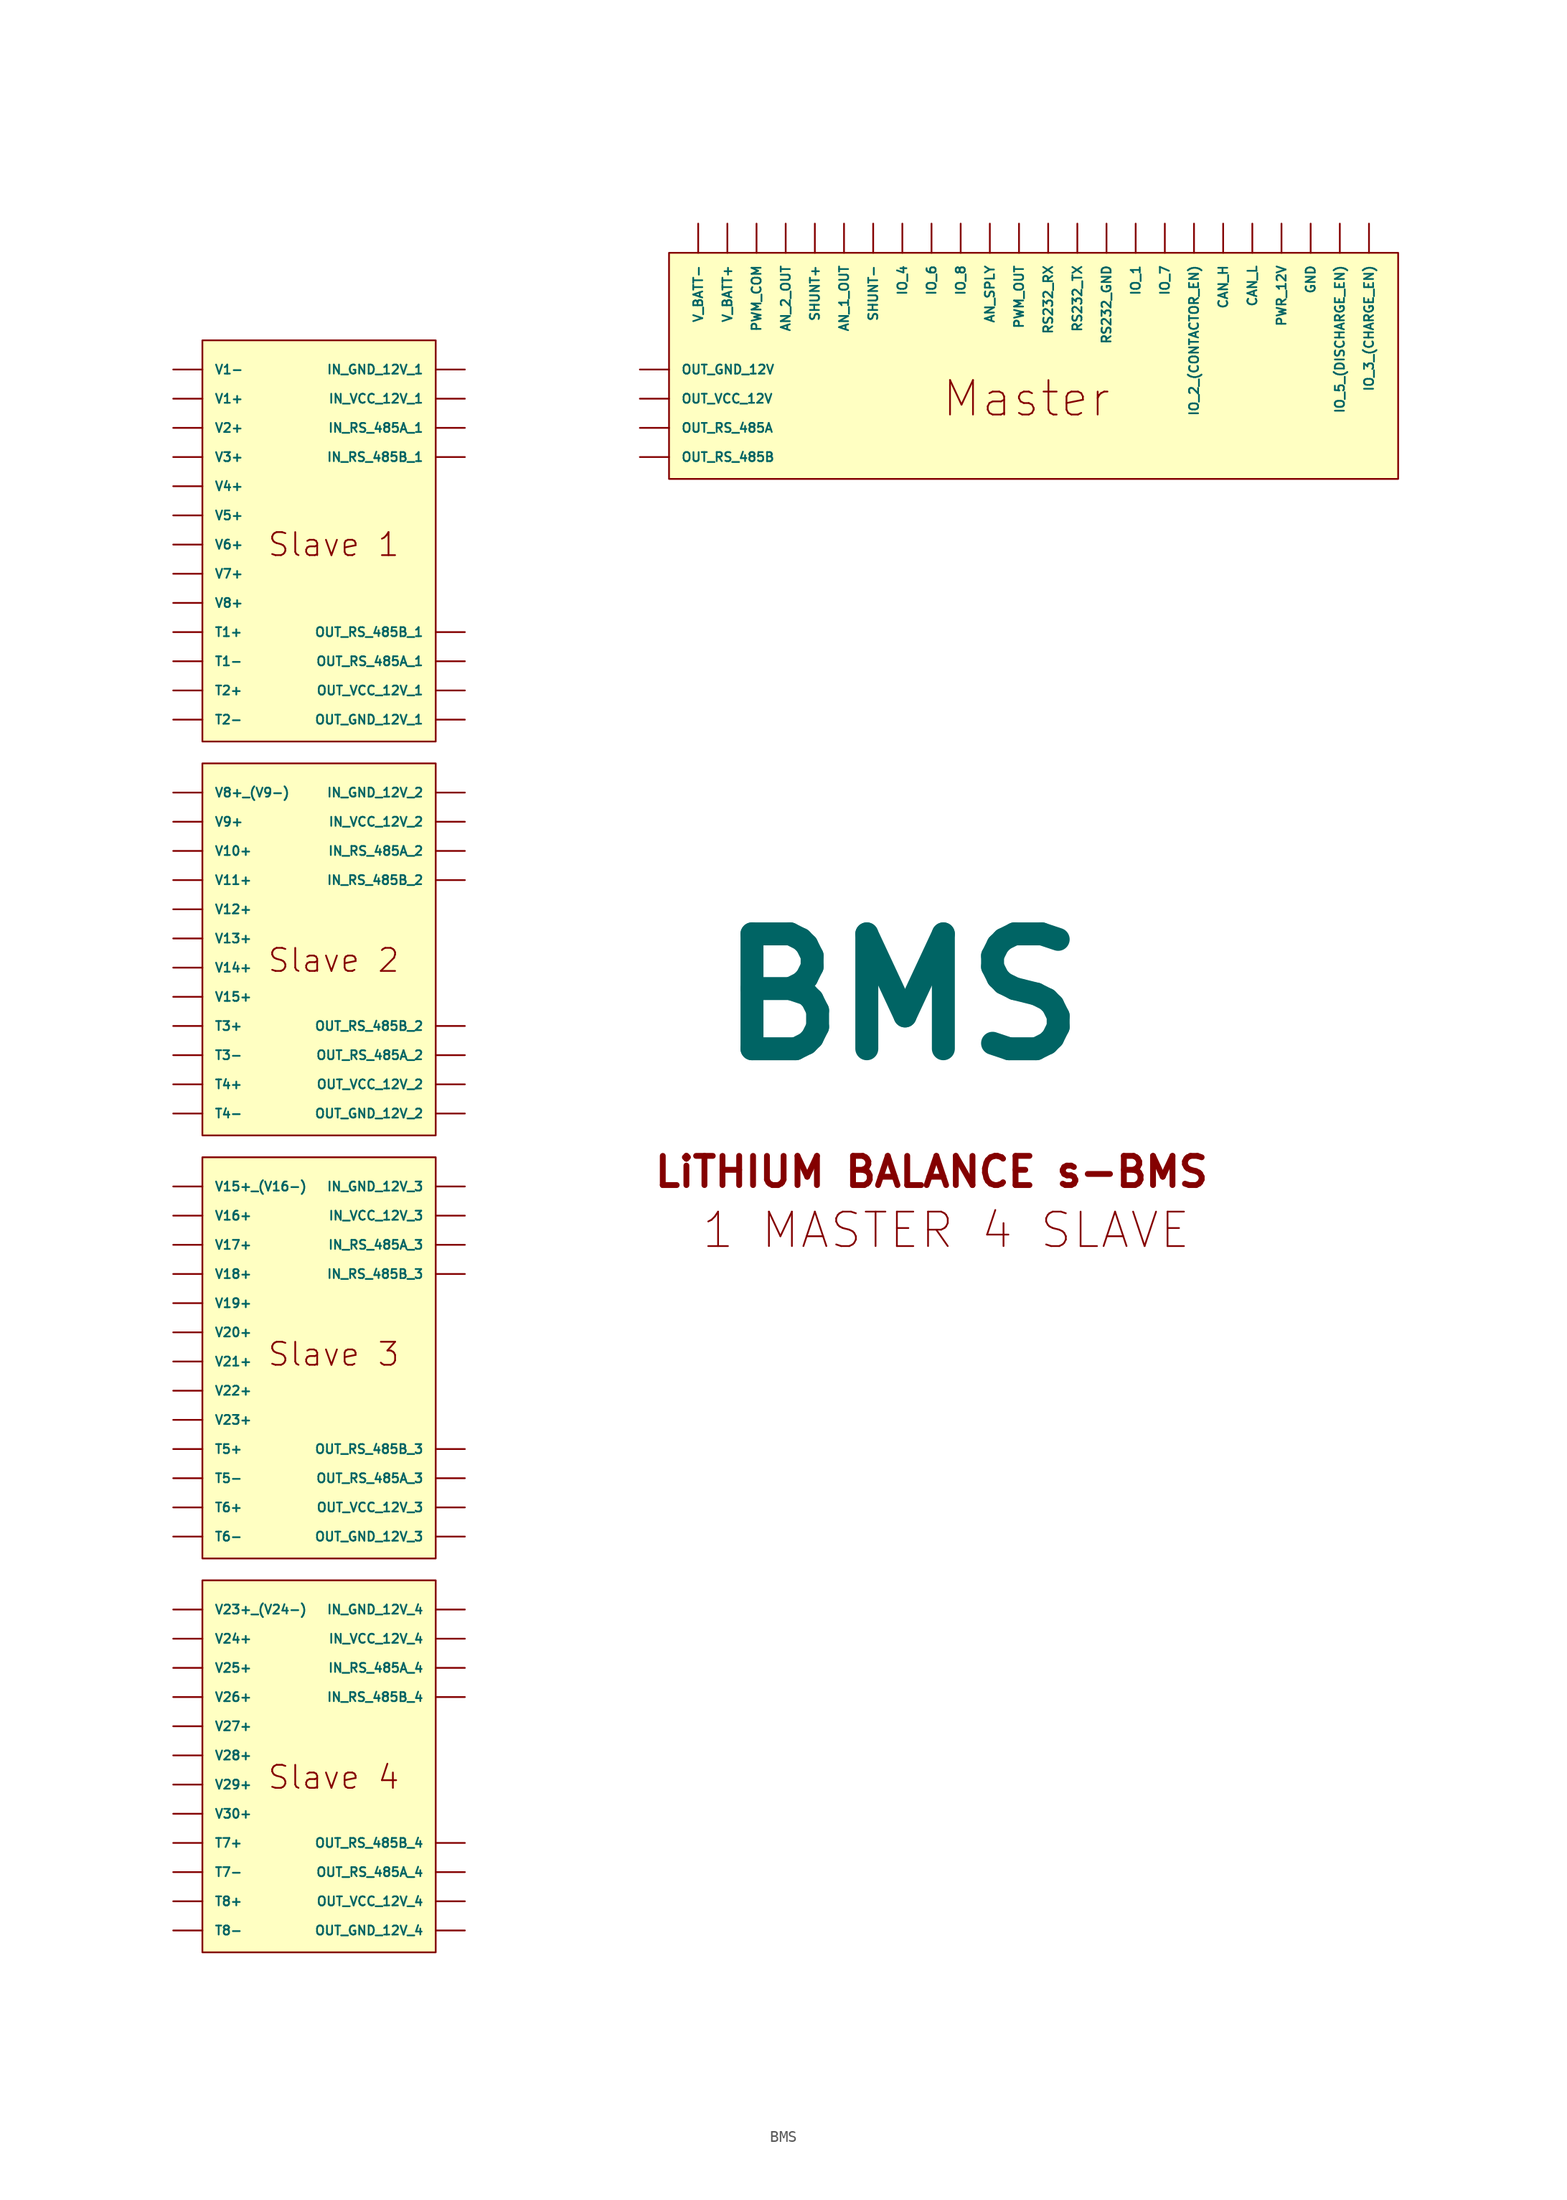
<source format=kicad_sym>
(kicad_symbol_lib
  (version 20231120)
  (generator "kicad_symbol_editor")
  (generator_version "8.0")
  (symbol "BMS"
    (pin_names
      (offset 1.016))
    (property "Reference" "B"
      (at 0 -1.27 0)
      (effects (font (size 1.27 1.27)) (hide yes)))
    (property "Value" "BMS"
      (at 8.89 41.91 0)
      (effects (font (size 10 10) (bold yes))))
    (symbol "BMS_0_0"
      (text "1 MASTER 4 SLAVE" (at 12.7 21.59 0) (effects (font (size 3 3))))
      (text "LiTHIUM BALANCE s-BMS" (at 11.43 26.67 0) (effects (font (size 2.54 2.54) (bold yes))))
      (text "Master" (at 19.685 93.98 0) (effects (font (size 3 3))))
      (text "Slave 1" (at -40.64 81.28 0) (effects (font (size 2.007 2.007)))))
    (symbol "BMS_0_1"
      (rectangle (start -52.07 -8.89) (end -31.75 -41.275) (stroke (width 0) (type default)) (fill (type background)))
      (rectangle (start -52.07 27.94) (end -31.75 -6.985) (stroke (width 0) (type default)) (fill (type background)))
      (rectangle (start -52.07 62.23) (end -31.75 29.845) (stroke (width 0) (type default)) (fill (type background)))
      (rectangle (start -52.07 99.06) (end -31.75 64.135) (stroke (width 0) (type default)) (fill (type background)))
      (rectangle (start -11.43 106.68) (end 52.07 86.995) (stroke (width 0) (type default)) (fill (type background))))
    (symbol "BMS_1_1"
      (text "Slave 2" (at -40.64 45.085 0) (effects (font (size 2.007 2.007))))
      (text "Slave 3" (at -40.64 10.795 0) (effects (font (size 2.007 2.007))))
      (text "Slave 4" (at -40.64 -26.035 0) (effects (font (size 2.007 2.007))))
      (pin input line (at 3.81 109.22 270) (length 2.54) (name "AN_1_OUT" (effects (font (size 0.787 0.787)))) (number "" (effects (font (size 0.787 0.787)))))
      (pin input line (at -1.27 109.22 270) (length 2.54) (name "AN_2_OUT" (effects (font (size 0.787 0.787)))) (number "" (effects (font (size 0.787 0.787)))))
      (pin input line (at 16.51 109.22 270) (length 2.54) (name "AN_SPLY" (effects (font (size 0.787 0.787)))) (number "" (effects (font (size 0.787 0.787)))))
      (pin input line (at 36.83 109.22 270) (length 2.54) (name "CAN_H" (effects (font (size 0.787 0.787)))) (number "" (effects (font (size 0.787 0.787)))))
      (pin input line (at 39.37 109.22 270) (length 2.54) (name "CAN_L" (effects (font (size 0.787 0.787)))) (number "" (effects (font (size 0.787 0.787)))))
      (pin input line (at 44.45 109.22 270) (length 2.54) (name "GND" (effects (font (size 0.787 0.787)))) (number "" (effects (font (size 0.787 0.787)))))
      (pin input line (at -29.21 96.52 180) (length 2.54) (name "IN_GND_12V_1" (effects (font (size 0.787 0.787)))) (number "" (effects (font (size 0.787 0.787)))))
      (pin input line (at -29.21 59.69 180) (length 2.54) (name "IN_GND_12V_2" (effects (font (size 0.787 0.787)))) (number "" (effects (font (size 0.787 0.787)))))
      (pin input line (at -29.21 25.4 180) (length 2.54) (name "IN_GND_12V_3" (effects (font (size 0.787 0.787)))) (number "" (effects (font (size 0.787 0.787)))))
      (pin input line (at -29.21 -11.43 180) (length 2.54) (name "IN_GND_12V_4" (effects (font (size 0.787 0.787)))) (number "" (effects (font (size 0.787 0.787)))))
      (pin input line (at -29.21 91.44 180) (length 2.54) (name "IN_RS_485A_1" (effects (font (size 0.787 0.787)))) (number "" (effects (font (size 0.787 0.787)))))
      (pin input line (at -29.21 54.61 180) (length 2.54) (name "IN_RS_485A_2" (effects (font (size 0.787 0.787)))) (number "" (effects (font (size 0.787 0.787)))))
      (pin input line (at -29.21 20.32 180) (length 2.54) (name "IN_RS_485A_3" (effects (font (size 0.787 0.787)))) (number "" (effects (font (size 0.787 0.787)))))
      (pin input line (at -29.21 -16.51 180) (length 2.54) (name "IN_RS_485A_4" (effects (font (size 0.787 0.787)))) (number "" (effects (font (size 0.787 0.787)))))
      (pin input line (at -29.21 88.9 180) (length 2.54) (name "IN_RS_485B_1" (effects (font (size 0.787 0.787)))) (number "" (effects (font (size 0.787 0.787)))))
      (pin input line (at -29.21 52.07 180) (length 2.54) (name "IN_RS_485B_2" (effects (font (size 0.787 0.787)))) (number "" (effects (font (size 0.787 0.787)))))
      (pin input line (at -29.21 17.78 180) (length 2.54) (name "IN_RS_485B_3" (effects (font (size 0.787 0.787)))) (number "" (effects (font (size 0.787 0.787)))))
      (pin input line (at -29.21 -19.05 180) (length 2.54) (name "IN_RS_485B_4" (effects (font (size 0.787 0.787)))) (number "" (effects (font (size 0.787 0.787)))))
      (pin input line (at -29.21 93.98 180) (length 2.54) (name "IN_VCC_12V_1" (effects (font (size 0.787 0.787)))) (number "" (effects (font (size 0.787 0.787)))))
      (pin input line (at -29.21 57.15 180) (length 2.54) (name "IN_VCC_12V_2" (effects (font (size 0.787 0.787)))) (number "" (effects (font (size 0.787 0.787)))))
      (pin input line (at -29.21 22.86 180) (length 2.54) (name "IN_VCC_12V_3" (effects (font (size 0.787 0.787)))) (number "" (effects (font (size 0.787 0.787)))))
      (pin input line (at -29.21 -13.97 180) (length 2.54) (name "IN_VCC_12V_4" (effects (font (size 0.787 0.787)))) (number "" (effects (font (size 0.787 0.787)))))
      (pin input line (at 29.21 109.22 270) (length 2.54) (name "IO_1" (effects (font (size 0.787 0.787)))) (number "" (effects (font (size 0.787 0.787)))))
      (pin input line (at 34.29 109.22 270) (length 2.54) (name "IO_2_(CONTACTOR_EN)" (effects (font (size 0.787 0.787)))) (number "" (effects (font (size 0.787 0.787)))))
      (pin input line (at 49.53 109.22 270) (length 2.54) (name "IO_3_(CHARGE_EN)" (effects (font (size 0.787 0.787)))) (number "" (effects (font (size 0.787 0.787)))))
      (pin input line (at 8.89 109.22 270) (length 2.54) (name "IO_4" (effects (font (size 0.787 0.787)))) (number "" (effects (font (size 0.787 0.787)))))
      (pin input line (at 46.99 109.22 270) (length 2.54) (name "IO_5_(DISCHARGE_EN)" (effects (font (size 0.787 0.787)))) (number "" (effects (font (size 0.787 0.787)))))
      (pin input line (at 11.43 109.22 270) (length 2.54) (name "IO_6" (effects (font (size 0.787 0.787)))) (number "" (effects (font (size 0.787 0.787)))))
      (pin input line (at 31.75 109.22 270) (length 2.54) (name "IO_7" (effects (font (size 0.787 0.787)))) (number "" (effects (font (size 0.787 0.787)))))
      (pin input line (at 13.97 109.22 270) (length 2.54) (name "IO_8" (effects (font (size 0.787 0.787)))) (number "" (effects (font (size 0.787 0.787)))))
      (pin input line (at -13.97 96.52 0) (length 2.54) (name "OUT_GND_12V" (effects (font (size 0.787 0.787)))) (number "" (effects (font (size 0.787 0.787)))))
      (pin input line (at -29.21 66.04 180) (length 2.54) (name "OUT_GND_12V_1" (effects (font (size 0.787 0.787)))) (number "" (effects (font (size 0.787 0.787)))))
      (pin input line (at -29.21 31.75 180) (length 2.54) (name "OUT_GND_12V_2" (effects (font (size 0.787 0.787)))) (number "" (effects (font (size 0.787 0.787)))))
      (pin input line (at -29.21 -5.08 180) (length 2.54) (name "OUT_GND_12V_3" (effects (font (size 0.787 0.787)))) (number "" (effects (font (size 0.787 0.787)))))
      (pin input line (at -29.21 -39.37 180) (length 2.54) (name "OUT_GND_12V_4" (effects (font (size 0.787 0.787)))) (number "" (effects (font (size 0.787 0.787)))))
      (pin input line (at -13.97 91.44 0) (length 2.54) (name "OUT_RS_485A" (effects (font (size 0.787 0.787)))) (number "" (effects (font (size 0.787 0.787)))))
      (pin input line (at -29.21 71.12 180) (length 2.54) (name "OUT_RS_485A_1" (effects (font (size 0.787 0.787)))) (number "" (effects (font (size 0.787 0.787)))))
      (pin input line (at -29.21 36.83 180) (length 2.54) (name "OUT_RS_485A_2" (effects (font (size 0.787 0.787)))) (number "" (effects (font (size 0.787 0.787)))))
      (pin input line (at -29.21 0 180) (length 2.54) (name "OUT_RS_485A_3" (effects (font (size 0.787 0.787)))) (number "" (effects (font (size 0.787 0.787)))))
      (pin input line (at -29.21 -34.29 180) (length 2.54) (name "OUT_RS_485A_4" (effects (font (size 0.787 0.787)))) (number "" (effects (font (size 0.787 0.787)))))
      (pin input line (at -13.97 88.9 0) (length 2.54) (name "OUT_RS_485B" (effects (font (size 0.787 0.787)))) (number "" (effects (font (size 0.787 0.787)))))
      (pin input line (at -29.21 73.66 180) (length 2.54) (name "OUT_RS_485B_1" (effects (font (size 0.787 0.787)))) (number "" (effects (font (size 0.787 0.787)))))
      (pin input line (at -29.21 39.37 180) (length 2.54) (name "OUT_RS_485B_2" (effects (font (size 0.787 0.787)))) (number "" (effects (font (size 0.787 0.787)))))
      (pin input line (at -29.21 2.54 180) (length 2.54) (name "OUT_RS_485B_3" (effects (font (size 0.787 0.787)))) (number "" (effects (font (size 0.787 0.787)))))
      (pin input line (at -29.21 -31.75 180) (length 2.54) (name "OUT_RS_485B_4" (effects (font (size 0.787 0.787)))) (number "" (effects (font (size 0.787 0.787)))))
      (pin input line (at -13.97 93.98 0) (length 2.54) (name "OUT_VCC_12V" (effects (font (size 0.787 0.787)))) (number "" (effects (font (size 0.787 0.787)))))
      (pin input line (at -29.21 68.58 180) (length 2.54) (name "OUT_VCC_12V_1" (effects (font (size 0.787 0.787)))) (number "" (effects (font (size 0.787 0.787)))))
      (pin input line (at -29.21 34.29 180) (length 2.54) (name "OUT_VCC_12V_2" (effects (font (size 0.787 0.787)))) (number "" (effects (font (size 0.787 0.787)))))
      (pin input line (at -29.21 -2.54 180) (length 2.54) (name "OUT_VCC_12V_3" (effects (font (size 0.787 0.787)))) (number "" (effects (font (size 0.787 0.787)))))
      (pin input line (at -29.21 -36.83 180) (length 2.54) (name "OUT_VCC_12V_4" (effects (font (size 0.787 0.787)))) (number "" (effects (font (size 0.787 0.787)))))
      (pin input line (at -3.81 109.22 270) (length 2.54) (name "PWM_COM" (effects (font (size 0.787 0.787)))) (number "" (effects (font (size 0.787 0.787)))))
      (pin input line (at 19.05 109.22 270) (length 2.54) (name "PWM_OUT" (effects (font (size 0.787 0.787)))) (number "" (effects (font (size 0.787 0.787)))))
      (pin input line (at 41.91 109.22 270) (length 2.54) (name "PWR_12V" (effects (font (size 0.787 0.787)))) (number "" (effects (font (size 0.787 0.787)))))
      (pin input line (at 26.67 109.22 270) (length 2.54) (name "RS232_GND" (effects (font (size 0.787 0.787)))) (number "" (effects (font (size 0.787 0.787)))))
      (pin input line (at 21.59 109.22 270) (length 2.54) (name "RS232_RX" (effects (font (size 0.787 0.787)))) (number "" (effects (font (size 0.787 0.787)))))
      (pin input line (at 24.13 109.22 270) (length 2.54) (name "RS232_TX" (effects (font (size 0.787 0.787)))) (number "" (effects (font (size 0.787 0.787)))))
      (pin input line (at 1.27 109.22 270) (length 2.54) (name "SHUNT+" (effects (font (size 0.787 0.787)))) (number "" (effects (font (size 0.787 0.787)))))
      (pin input line (at 6.35 109.22 270) (length 2.54) (name "SHUNT-" (effects (font (size 0.787 0.787)))) (number "" (effects (font (size 0.787 0.787)))))
      (pin input line (at -54.61 73.66 0) (length 2.54) (name "T1+" (effects (font (size 0.787 0.787)))) (number "" (effects (font (size 0.787 0.787)))))
      (pin input line (at -54.61 71.12 0) (length 2.54) (name "T1-" (effects (font (size 0.787 0.787)))) (number "" (effects (font (size 0.787 0.787)))))
      (pin input line (at -54.61 68.58 0) (length 2.54) (name "T2+" (effects (font (size 0.787 0.787)))) (number "" (effects (font (size 0.787 0.787)))))
      (pin input line (at -54.61 66.04 0) (length 2.54) (name "T2-" (effects (font (size 0.787 0.787)))) (number "" (effects (font (size 0.787 0.787)))))
      (pin input line (at -54.61 39.37 0) (length 2.54) (name "T3+" (effects (font (size 0.787 0.787)))) (number "" (effects (font (size 0.787 0.787)))))
      (pin input line (at -54.61 36.83 0) (length 2.54) (name "T3-" (effects (font (size 0.787 0.787)))) (number "" (effects (font (size 0.787 0.787)))))
      (pin input line (at -54.61 34.29 0) (length 2.54) (name "T4+" (effects (font (size 0.787 0.787)))) (number "" (effects (font (size 0.787 0.787)))))
      (pin input line (at -54.61 31.75 0) (length 2.54) (name "T4-" (effects (font (size 0.787 0.787)))) (number "" (effects (font (size 0.787 0.787)))))
      (pin input line (at -54.61 2.54 0) (length 2.54) (name "T5+" (effects (font (size 0.787 0.787)))) (number "" (effects (font (size 0.787 0.787)))))
      (pin input line (at -54.61 0 0) (length 2.54) (name "T5-" (effects (font (size 0.787 0.787)))) (number "" (effects (font (size 0.787 0.787)))))
      (pin input line (at -54.61 -2.54 0) (length 2.54) (name "T6+" (effects (font (size 0.787 0.787)))) (number "" (effects (font (size 0.787 0.787)))))
      (pin input line (at -54.61 -5.08 0) (length 2.54) (name "T6-" (effects (font (size 0.787 0.787)))) (number "" (effects (font (size 0.787 0.787)))))
      (pin input line (at -54.61 -31.75 0) (length 2.54) (name "T7+" (effects (font (size 0.787 0.787)))) (number "" (effects (font (size 0.787 0.787)))))
      (pin input line (at -54.61 -34.29 0) (length 2.54) (name "T7-" (effects (font (size 0.787 0.787)))) (number "" (effects (font (size 0.787 0.787)))))
      (pin input line (at -54.61 -36.83 0) (length 2.54) (name "T8+" (effects (font (size 0.787 0.787)))) (number "" (effects (font (size 0.787 0.787)))))
      (pin input line (at -54.61 -39.37 0) (length 2.54) (name "T8-" (effects (font (size 0.787 0.787)))) (number "" (effects (font (size 0.787 0.787)))))
      (pin input line (at -54.61 93.98 0) (length 2.54) (name "V1+" (effects (font (size 0.787 0.787)))) (number "" (effects (font (size 0.787 0.787)))))
      (pin input line (at -54.61 96.52 0) (length 2.54) (name "V1-" (effects (font (size 0.787 0.787)))) (number "" (effects (font (size 0.787 0.787)))))
      (pin input line (at -54.61 54.61 0) (length 2.54) (name "V10+" (effects (font (size 0.787 0.787)))) (number "" (effects (font (size 0.787 0.787)))))
      (pin input line (at -54.61 52.07 0) (length 2.54) (name "V11+" (effects (font (size 0.787 0.787)))) (number "" (effects (font (size 0.787 0.787)))))
      (pin input line (at -54.61 49.53 0) (length 2.54) (name "V12+" (effects (font (size 0.787 0.787)))) (number "" (effects (font (size 0.787 0.787)))))
      (pin input line (at -54.61 46.99 0) (length 2.54) (name "V13+" (effects (font (size 0.787 0.787)))) (number "" (effects (font (size 0.787 0.787)))))
      (pin input line (at -54.61 44.45 0) (length 2.54) (name "V14+" (effects (font (size 0.787 0.787)))) (number "" (effects (font (size 0.787 0.787)))))
      (pin input line (at -54.61 41.91 0) (length 2.54) (name "V15+" (effects (font (size 0.787 0.787)))) (number "" (effects (font (size 0.787 0.787)))))
      (pin input line (at -54.61 25.4 0) (length 2.54) (name "V15+_(V16-)" (effects (font (size 0.787 0.787)))) (number "" (effects (font (size 0.787 0.787)))))
      (pin input line (at -54.61 22.86 0) (length 2.54) (name "V16+" (effects (font (size 0.787 0.787)))) (number "" (effects (font (size 0.787 0.787)))))
      (pin input line (at -54.61 20.32 0) (length 2.54) (name "V17+" (effects (font (size 0.787 0.787)))) (number "" (effects (font (size 0.787 0.787)))))
      (pin input line (at -54.61 17.78 0) (length 2.54) (name "V18+" (effects (font (size 0.787 0.787)))) (number "" (effects (font (size 0.787 0.787)))))
      (pin input line (at -54.61 15.24 0) (length 2.54) (name "V19+" (effects (font (size 0.787 0.787)))) (number "" (effects (font (size 0.787 0.787)))))
      (pin input line (at -54.61 91.44 0) (length 2.54) (name "V2+" (effects (font (size 0.787 0.787)))) (number "" (effects (font (size 0.787 0.787)))))
      (pin input line (at -54.61 12.7 0) (length 2.54) (name "V20+" (effects (font (size 0.787 0.787)))) (number "" (effects (font (size 0.787 0.787)))))
      (pin input line (at -54.61 10.16 0) (length 2.54) (name "V21+" (effects (font (size 0.787 0.787)))) (number "" (effects (font (size 0.787 0.787)))))
      (pin input line (at -54.61 7.62 0) (length 2.54) (name "V22+" (effects (font (size 0.787 0.787)))) (number "" (effects (font (size 0.787 0.787)))))
      (pin input line (at -54.61 5.08 0) (length 2.54) (name "V23+" (effects (font (size 0.787 0.787)))) (number "" (effects (font (size 0.787 0.787)))))
      (pin input line (at -54.61 -11.43 0) (length 2.54) (name "V23+_(V24-)" (effects (font (size 0.787 0.787)))) (number "" (effects (font (size 0.787 0.787)))))
      (pin input line (at -54.61 -13.97 0) (length 2.54) (name "V24+" (effects (font (size 0.787 0.787)))) (number "" (effects (font (size 0.787 0.787)))))
      (pin input line (at -54.61 -16.51 0) (length 2.54) (name "V25+" (effects (font (size 0.787 0.787)))) (number "" (effects (font (size 0.787 0.787)))))
      (pin input line (at -54.61 -19.05 0) (length 2.54) (name "V26+" (effects (font (size 0.787 0.787)))) (number "" (effects (font (size 0.787 0.787)))))
      (pin input line (at -54.61 -21.59 0) (length 2.54) (name "V27+" (effects (font (size 0.787 0.787)))) (number "" (effects (font (size 0.787 0.787)))))
      (pin input line (at -54.61 -24.13 0) (length 2.54) (name "V28+" (effects (font (size 0.787 0.787)))) (number "" (effects (font (size 0.787 0.787)))))
      (pin input line (at -54.61 -26.67 0) (length 2.54) (name "V29+" (effects (font (size 0.787 0.787)))) (number "" (effects (font (size 0.787 0.787)))))
      (pin input line (at -54.61 88.9 0) (length 2.54) (name "V3+" (effects (font (size 0.787 0.787)))) (number "" (effects (font (size 0.787 0.787)))))
      (pin input line (at -54.61 -29.21 0) (length 2.54) (name "V30+" (effects (font (size 0.787 0.787)))) (number "" (effects (font (size 0.787 0.787)))))
      (pin input line (at -54.61 86.36 0) (length 2.54) (name "V4+" (effects (font (size 0.787 0.787)))) (number "" (effects (font (size 0.787 0.787)))))
      (pin input line (at -54.61 83.82 0) (length 2.54) (name "V5+" (effects (font (size 0.787 0.787)))) (number "" (effects (font (size 0.787 0.787)))))
      (pin input line (at -54.61 81.28 0) (length 2.54) (name "V6+" (effects (font (size 0.787 0.787)))) (number "" (effects (font (size 0.787 0.787)))))
      (pin input line (at -54.61 78.74 0) (length 2.54) (name "V7+" (effects (font (size 0.787 0.787)))) (number "" (effects (font (size 0.787 0.787)))))
      (pin input line (at -54.61 76.2 0) (length 2.54) (name "V8+" (effects (font (size 0.787 0.787)))) (number "" (effects (font (size 0.787 0.787)))))
      (pin input line (at -54.61 59.69 0) (length 2.54) (name "V8+_(V9-)" (effects (font (size 0.787 0.787)))) (number "" (effects (font (size 0.787 0.787)))))
      (pin input line (at -54.61 57.15 0) (length 2.54) (name "V9+" (effects (font (size 0.787 0.787)))) (number "" (effects (font (size 0.787 0.787)))))
      (pin input line (at -6.35 109.22 270) (length 2.54) (name "V_BATT+" (effects (font (size 0.787 0.787)))) (number "" (effects (font (size 0.787 0.787)))))
      (pin input line (at -8.89 109.22 270) (length 2.54) (name "V_BATT-" (effects (font (size 0.787 0.787)))) (number "" (effects (font (size 0.787 0.787))))))))
</source>
